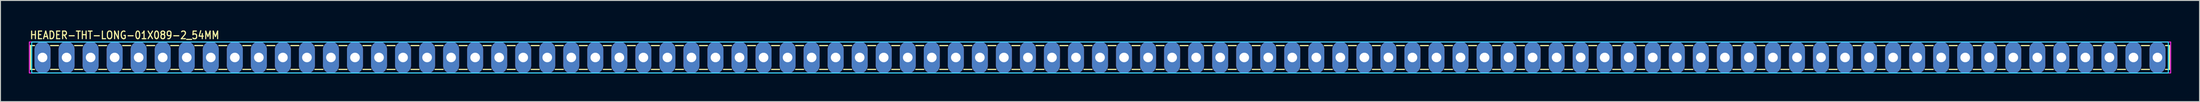
<source format=kicad_pcb>
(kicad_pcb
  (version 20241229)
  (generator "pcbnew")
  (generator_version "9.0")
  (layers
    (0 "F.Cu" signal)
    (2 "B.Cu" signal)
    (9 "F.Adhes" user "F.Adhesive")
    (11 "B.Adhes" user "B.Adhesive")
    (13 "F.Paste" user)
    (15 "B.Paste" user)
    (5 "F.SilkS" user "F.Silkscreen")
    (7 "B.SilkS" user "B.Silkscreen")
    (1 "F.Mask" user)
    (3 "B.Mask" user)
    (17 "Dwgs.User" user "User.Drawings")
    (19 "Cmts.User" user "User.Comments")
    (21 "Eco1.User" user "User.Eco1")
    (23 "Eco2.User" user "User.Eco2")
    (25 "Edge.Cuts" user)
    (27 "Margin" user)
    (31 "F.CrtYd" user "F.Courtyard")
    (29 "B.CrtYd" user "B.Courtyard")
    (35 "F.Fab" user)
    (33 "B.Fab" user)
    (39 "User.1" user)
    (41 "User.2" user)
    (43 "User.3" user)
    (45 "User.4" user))
  (footprint "HEADER-THT-LONG-01X089-2_54MM"
    (layer "F.Cu")
    (at 1.447 3.079)
    (property "Reference" "HEADER-THT-LONG-01X089-2_54MM" (at -1.4 -1.9 0) (unlocked yes) (layer "F.SilkS") (effects (font (size 0.813 0.695) (thickness 0.122)) (justify left bottom)))
    (fp_line (start -1.27 -1.27) (end -1.27 1.27) (stroke (width 0.127) (type solid)) (layer "F.SilkS"))
    (fp_line (start -1.27 1.27) (end -0.85 1.27) (stroke (width 0.127) (type solid)) (layer "F.SilkS"))
    (fp_line (start -0.85 -1.27) (end -1.27 -1.27) (stroke (width 0.127) (type solid)) (layer "F.SilkS"))
    (fp_line (start 0.85 -1.27) (end 1.69 -1.27) (stroke (width 0.127) (type solid)) (layer "F.SilkS"))
    (fp_line (start 0.85 1.27) (end 1.69 1.27) (stroke (width 0.127) (type solid)) (layer "F.SilkS"))
    (fp_line (start 3.39 -1.27) (end 4.23 -1.27) (stroke (width 0.127) (type solid)) (layer "F.SilkS"))
    (fp_line (start 3.39 1.27) (end 4.23 1.27) (stroke (width 0.127) (type solid)) (layer "F.SilkS"))
    (fp_line (start 5.93 -1.27) (end 6.77 -1.27) (stroke (width 0.127) (type solid)) (layer "F.SilkS"))
    (fp_line (start 5.93 1.27) (end 6.77 1.27) (stroke (width 0.127) (type solid)) (layer "F.SilkS"))
    (fp_line (start 8.47 -1.27) (end 9.31 -1.27) (stroke (width 0.127) (type solid)) (layer "F.SilkS"))
    (fp_line (start 8.47 1.27) (end 9.31 1.27) (stroke (width 0.127) (type solid)) (layer "F.SilkS"))
    (fp_line (start 11.01 -1.27) (end 11.85 -1.27) (stroke (width 0.127) (type solid)) (layer "F.SilkS"))
    (fp_line (start 11.01 1.27) (end 11.85 1.27) (stroke (width 0.127) (type solid)) (layer "F.SilkS"))
    (fp_line (start 13.55 -1.27) (end 14.39 -1.27) (stroke (width 0.127) (type solid)) (layer "F.SilkS"))
    (fp_line (start 13.55 1.27) (end 14.39 1.27) (stroke (width 0.127) (type solid)) (layer "F.SilkS"))
    (fp_line (start 16.09 -1.27) (end 16.93 -1.27) (stroke (width 0.127) (type solid)) (layer "F.SilkS"))
    (fp_line (start 16.09 1.27) (end 16.93 1.27) (stroke (width 0.127) (type solid)) (layer "F.SilkS"))
    (fp_line (start 18.63 -1.27) (end 19.47 -1.27) (stroke (width 0.127) (type solid)) (layer "F.SilkS"))
    (fp_line (start 18.63 1.27) (end 19.47 1.27) (stroke (width 0.127) (type solid)) (layer "F.SilkS"))
    (fp_line (start 21.17 -1.27) (end 22.01 -1.27) (stroke (width 0.127) (type solid)) (layer "F.SilkS"))
    (fp_line (start 21.17 1.27) (end 22.01 1.27) (stroke (width 0.127) (type solid)) (layer "F.SilkS"))
    (fp_line (start 23.71 -1.27) (end 24.55 -1.27) (stroke (width 0.127) (type solid)) (layer "F.SilkS"))
    (fp_line (start 23.71 1.27) (end 24.55 1.27) (stroke (width 0.127) (type solid)) (layer "F.SilkS"))
    (fp_line (start 26.25 -1.27) (end 27.09 -1.27) (stroke (width 0.127) (type solid)) (layer "F.SilkS"))
    (fp_line (start 26.25 1.27) (end 27.09 1.27) (stroke (width 0.127) (type solid)) (layer "F.SilkS"))
    (fp_line (start 28.79 -1.27) (end 29.63 -1.27) (stroke (width 0.127) (type solid)) (layer "F.SilkS"))
    (fp_line (start 28.79 1.27) (end 29.63 1.27) (stroke (width 0.127) (type solid)) (layer "F.SilkS"))
    (fp_line (start 31.33 -1.27) (end 32.17 -1.27) (stroke (width 0.127) (type solid)) (layer "F.SilkS"))
    (fp_line (start 31.33 1.27) (end 32.17 1.27) (stroke (width 0.127) (type solid)) (layer "F.SilkS"))
    (fp_line (start 33.87 -1.27) (end 34.71 -1.27) (stroke (width 0.127) (type solid)) (layer "F.SilkS"))
    (fp_line (start 33.87 1.27) (end 34.71 1.27) (stroke (width 0.127) (type solid)) (layer "F.SilkS"))
    (fp_line (start 36.41 -1.27) (end 37.25 -1.27) (stroke (width 0.127) (type solid)) (layer "F.SilkS"))
    (fp_line (start 36.41 1.27) (end 37.25 1.27) (stroke (width 0.127) (type solid)) (layer "F.SilkS"))
    (fp_line (start 38.95 -1.27) (end 39.79 -1.27) (stroke (width 0.127) (type solid)) (layer "F.SilkS"))
    (fp_line (start 38.95 1.27) (end 39.79 1.27) (stroke (width 0.127) (type solid)) (layer "F.SilkS"))
    (fp_line (start 41.49 -1.27) (end 42.33 -1.27) (stroke (width 0.127) (type solid)) (layer "F.SilkS"))
    (fp_line (start 41.49 1.27) (end 42.33 1.27) (stroke (width 0.127) (type solid)) (layer "F.SilkS"))
    (fp_line (start 44.03 -1.27) (end 44.87 -1.27) (stroke (width 0.127) (type solid)) (layer "F.SilkS"))
    (fp_line (start 44.03 1.27) (end 44.87 1.27) (stroke (width 0.127) (type solid)) (layer "F.SilkS"))
    (fp_line (start 46.57 -1.27) (end 47.41 -1.27) (stroke (width 0.127) (type solid)) (layer "F.SilkS"))
    (fp_line (start 46.57 1.27) (end 47.41 1.27) (stroke (width 0.127) (type solid)) (layer "F.SilkS"))
    (fp_line (start 49.11 -1.27) (end 49.95 -1.27) (stroke (width 0.127) (type solid)) (layer "F.SilkS"))
    (fp_line (start 49.11 1.27) (end 49.95 1.27) (stroke (width 0.127) (type solid)) (layer "F.SilkS"))
    (fp_line (start 51.65 -1.27) (end 52.49 -1.27) (stroke (width 0.127) (type solid)) (layer "F.SilkS"))
    (fp_line (start 51.65 1.27) (end 52.49 1.27) (stroke (width 0.127) (type solid)) (layer "F.SilkS"))
    (fp_line (start 54.19 -1.27) (end 55.03 -1.27) (stroke (width 0.127) (type solid)) (layer "F.SilkS"))
    (fp_line (start 54.19 1.27) (end 55.03 1.27) (stroke (width 0.127) (type solid)) (layer "F.SilkS"))
    (fp_line (start 56.73 -1.27) (end 57.57 -1.27) (stroke (width 0.127) (type solid)) (layer "F.SilkS"))
    (fp_line (start 56.73 1.27) (end 57.57 1.27) (stroke (width 0.127) (type solid)) (layer "F.SilkS"))
    (fp_line (start 59.27 -1.27) (end 60.11 -1.27) (stroke (width 0.127) (type solid)) (layer "F.SilkS"))
    (fp_line (start 59.27 1.27) (end 60.11 1.27) (stroke (width 0.127) (type solid)) (layer "F.SilkS"))
    (fp_line (start 61.81 -1.27) (end 62.65 -1.27) (stroke (width 0.127) (type solid)) (layer "F.SilkS"))
    (fp_line (start 61.81 1.27) (end 62.65 1.27) (stroke (width 0.127) (type solid)) (layer "F.SilkS"))
    (fp_line (start 64.35 -1.27) (end 65.19 -1.27) (stroke (width 0.127) (type solid)) (layer "F.SilkS"))
    (fp_line (start 64.35 1.27) (end 65.19 1.27) (stroke (width 0.127) (type solid)) (layer "F.SilkS"))
    (fp_line (start 66.89 -1.27) (end 67.73 -1.27) (stroke (width 0.127) (type solid)) (layer "F.SilkS"))
    (fp_line (start 66.89 1.27) (end 67.73 1.27) (stroke (width 0.127) (type solid)) (layer "F.SilkS"))
    (fp_line (start 69.43 -1.27) (end 70.27 -1.27) (stroke (width 0.127) (type solid)) (layer "F.SilkS"))
    (fp_line (start 69.43 1.27) (end 70.27 1.27) (stroke (width 0.127) (type solid)) (layer "F.SilkS"))
    (fp_line (start 71.97 -1.27) (end 72.81 -1.27) (stroke (width 0.127) (type solid)) (layer "F.SilkS"))
    (fp_line (start 71.97 1.27) (end 72.81 1.27) (stroke (width 0.127) (type solid)) (layer "F.SilkS"))
    (fp_line (start 74.51 -1.27) (end 75.35 -1.27) (stroke (width 0.127) (type solid)) (layer "F.SilkS"))
    (fp_line (start 74.51 1.27) (end 75.35 1.27) (stroke (width 0.127) (type solid)) (layer "F.SilkS"))
    (fp_line (start 77.05 -1.27) (end 77.89 -1.27) (stroke (width 0.127) (type solid)) (layer "F.SilkS"))
    (fp_line (start 77.05 1.27) (end 77.89 1.27) (stroke (width 0.127) (type solid)) (layer "F.SilkS"))
    (fp_line (start 79.59 -1.27) (end 80.43 -1.27) (stroke (width 0.127) (type solid)) (layer "F.SilkS"))
    (fp_line (start 79.59 1.27) (end 80.43 1.27) (stroke (width 0.127) (type solid)) (layer "F.SilkS"))
    (fp_line (start 82.13 -1.27) (end 82.97 -1.27) (stroke (width 0.127) (type solid)) (layer "F.SilkS"))
    (fp_line (start 82.13 1.27) (end 82.97 1.27) (stroke (width 0.127) (type solid)) (layer "F.SilkS"))
    (fp_line (start 84.67 -1.27) (end 85.51 -1.27) (stroke (width 0.127) (type solid)) (layer "F.SilkS"))
    (fp_line (start 84.67 1.27) (end 85.51 1.27) (stroke (width 0.127) (type solid)) (layer "F.SilkS"))
    (fp_line (start 87.21 -1.27) (end 88.05 -1.27) (stroke (width 0.127) (type solid)) (layer "F.SilkS"))
    (fp_line (start 87.21 1.27) (end 88.05 1.27) (stroke (width 0.127) (type solid)) (layer "F.SilkS"))
    (fp_line (start 89.75 -1.27) (end 90.59 -1.27) (stroke (width 0.127) (type solid)) (layer "F.SilkS"))
    (fp_line (start 89.75 1.27) (end 90.59 1.27) (stroke (width 0.127) (type solid)) (layer "F.SilkS"))
    (fp_line (start 92.29 -1.27) (end 93.13 -1.27) (stroke (width 0.127) (type solid)) (layer "F.SilkS"))
    (fp_line (start 92.29 1.27) (end 93.13 1.27) (stroke (width 0.127) (type solid)) (layer "F.SilkS"))
    (fp_line (start 94.83 -1.27) (end 95.67 -1.27) (stroke (width 0.127) (type solid)) (layer "F.SilkS"))
    (fp_line (start 94.83 1.27) (end 95.67 1.27) (stroke (width 0.127) (type solid)) (layer "F.SilkS"))
    (fp_line (start 97.37 -1.27) (end 98.21 -1.27) (stroke (width 0.127) (type solid)) (layer "F.SilkS"))
    (fp_line (start 97.37 1.27) (end 98.21 1.27) (stroke (width 0.127) (type solid)) (layer "F.SilkS"))
    (fp_line (start 99.91 -1.27) (end 100.75 -1.27) (stroke (width 0.127) (type solid)) (layer "F.SilkS"))
    (fp_line (start 99.91 1.27) (end 100.75 1.27) (stroke (width 0.127) (type solid)) (layer "F.SilkS"))
    (fp_line (start 102.45 -1.27) (end 103.29 -1.27) (stroke (width 0.127) (type solid)) (layer "F.SilkS"))
    (fp_line (start 102.45 1.27) (end 103.29 1.27) (stroke (width 0.127) (type solid)) (layer "F.SilkS"))
    (fp_line (start 104.99 -1.27) (end 105.83 -1.27) (stroke (width 0.127) (type solid)) (layer "F.SilkS"))
    (fp_line (start 104.99 1.27) (end 105.83 1.27) (stroke (width 0.127) (type solid)) (layer "F.SilkS"))
    (fp_line (start 107.53 -1.27) (end 108.37 -1.27) (stroke (width 0.127) (type solid)) (layer "F.SilkS"))
    (fp_line (start 107.53 1.27) (end 108.37 1.27) (stroke (width 0.127) (type solid)) (layer "F.SilkS"))
    (fp_line (start 110.07 -1.27) (end 110.91 -1.27) (stroke (width 0.127) (type solid)) (layer "F.SilkS"))
    (fp_line (start 110.07 1.27) (end 110.91 1.27) (stroke (width 0.127) (type solid)) (layer "F.SilkS"))
    (fp_line (start 112.61 -1.27) (end 113.45 -1.27) (stroke (width 0.127) (type solid)) (layer "F.SilkS"))
    (fp_line (start 112.61 1.27) (end 113.45 1.27) (stroke (width 0.127) (type solid)) (layer "F.SilkS"))
    (fp_line (start 115.15 -1.27) (end 115.99 -1.27) (stroke (width 0.127) (type solid)) (layer "F.SilkS"))
    (fp_line (start 115.15 1.27) (end 115.99 1.27) (stroke (width 0.127) (type solid)) (layer "F.SilkS"))
    (fp_line (start 117.69 -1.27) (end 118.53 -1.27) (stroke (width 0.127) (type solid)) (layer "F.SilkS"))
    (fp_line (start 117.69 1.27) (end 118.53 1.27) (stroke (width 0.127) (type solid)) (layer "F.SilkS"))
    (fp_line (start 120.23 -1.27) (end 121.07 -1.27) (stroke (width 0.127) (type solid)) (layer "F.SilkS"))
    (fp_line (start 120.23 1.27) (end 121.07 1.27) (stroke (width 0.127) (type solid)) (layer "F.SilkS"))
    (fp_line (start 122.77 -1.27) (end 123.61 -1.27) (stroke (width 0.127) (type solid)) (layer "F.SilkS"))
    (fp_line (start 122.77 1.27) (end 123.61 1.27) (stroke (width 0.127) (type solid)) (layer "F.SilkS"))
    (fp_line (start 125.31 -1.27) (end 126.15 -1.27) (stroke (width 0.127) (type solid)) (layer "F.SilkS"))
    (fp_line (start 125.31 1.27) (end 126.15 1.27) (stroke (width 0.127) (type solid)) (layer "F.SilkS"))
    (fp_line (start 127.85 -1.27) (end 128.69 -1.27) (stroke (width 0.127) (type solid)) (layer "F.SilkS"))
    (fp_line (start 127.85 1.27) (end 128.69 1.27) (stroke (width 0.127) (type solid)) (layer "F.SilkS"))
    (fp_line (start 130.39 -1.27) (end 131.23 -1.27) (stroke (width 0.127) (type solid)) (layer "F.SilkS"))
    (fp_line (start 130.39 1.27) (end 131.23 1.27) (stroke (width 0.127) (type solid)) (layer "F.SilkS"))
    (fp_line (start 132.93 -1.27) (end 133.77 -1.27) (stroke (width 0.127) (type solid)) (layer "F.SilkS"))
    (fp_line (start 132.93 1.27) (end 133.77 1.27) (stroke (width 0.127) (type solid)) (layer "F.SilkS"))
    (fp_line (start 135.47 -1.27) (end 136.31 -1.27) (stroke (width 0.127) (type solid)) (layer "F.SilkS"))
    (fp_line (start 135.47 1.27) (end 136.31 1.27) (stroke (width 0.127) (type solid)) (layer "F.SilkS"))
    (fp_line (start 138.01 -1.27) (end 138.85 -1.27) (stroke (width 0.127) (type solid)) (layer "F.SilkS"))
    (fp_line (start 138.01 1.27) (end 138.85 1.27) (stroke (width 0.127) (type solid)) (layer "F.SilkS"))
    (fp_line (start 140.55 -1.27) (end 141.39 -1.27) (stroke (width 0.127) (type solid)) (layer "F.SilkS"))
    (fp_line (start 140.55 1.27) (end 141.39 1.27) (stroke (width 0.127) (type solid)) (layer "F.SilkS"))
    (fp_line (start 143.09 -1.27) (end 143.93 -1.27) (stroke (width 0.127) (type solid)) (layer "F.SilkS"))
    (fp_line (start 143.09 1.27) (end 143.93 1.27) (stroke (width 0.127) (type solid)) (layer "F.SilkS"))
    (fp_line (start 145.63 -1.27) (end 146.47 -1.27) (stroke (width 0.127) (type solid)) (layer "F.SilkS"))
    (fp_line (start 145.63 1.27) (end 146.47 1.27) (stroke (width 0.127) (type solid)) (layer "F.SilkS"))
    (fp_line (start 148.17 -1.27) (end 149.01 -1.27) (stroke (width 0.127) (type solid)) (layer "F.SilkS"))
    (fp_line (start 148.17 1.27) (end 149.01 1.27) (stroke (width 0.127) (type solid)) (layer "F.SilkS"))
    (fp_line (start 150.71 -1.27) (end 151.55 -1.27) (stroke (width 0.127) (type solid)) (layer "F.SilkS"))
    (fp_line (start 150.71 1.27) (end 151.55 1.27) (stroke (width 0.127) (type solid)) (layer "F.SilkS"))
    (fp_line (start 153.25 -1.27) (end 154.09 -1.27) (stroke (width 0.127) (type solid)) (layer "F.SilkS"))
    (fp_line (start 153.25 1.27) (end 154.09 1.27) (stroke (width 0.127) (type solid)) (layer "F.SilkS"))
    (fp_line (start 155.79 -1.27) (end 156.63 -1.27) (stroke (width 0.127) (type solid)) (layer "F.SilkS"))
    (fp_line (start 155.79 1.27) (end 156.63 1.27) (stroke (width 0.127) (type solid)) (layer "F.SilkS"))
    (fp_line (start 158.33 -1.27) (end 159.17 -1.27) (stroke (width 0.127) (type solid)) (layer "F.SilkS"))
    (fp_line (start 158.33 1.27) (end 159.17 1.27) (stroke (width 0.127) (type solid)) (layer "F.SilkS"))
    (fp_line (start 160.87 -1.27) (end 161.71 -1.27) (stroke (width 0.127) (type solid)) (layer "F.SilkS"))
    (fp_line (start 160.87 1.27) (end 161.71 1.27) (stroke (width 0.127) (type solid)) (layer "F.SilkS"))
    (fp_line (start 163.41 -1.27) (end 164.25 -1.27) (stroke (width 0.127) (type solid)) (layer "F.SilkS"))
    (fp_line (start 163.41 1.27) (end 164.25 1.27) (stroke (width 0.127) (type solid)) (layer "F.SilkS"))
    (fp_line (start 165.95 -1.27) (end 166.79 -1.27) (stroke (width 0.127) (type solid)) (layer "F.SilkS"))
    (fp_line (start 165.95 1.27) (end 166.79 1.27) (stroke (width 0.127) (type solid)) (layer "F.SilkS"))
    (fp_line (start 168.49 -1.27) (end 169.33 -1.27) (stroke (width 0.127) (type solid)) (layer "F.SilkS"))
    (fp_line (start 168.49 1.27) (end 169.33 1.27) (stroke (width 0.127) (type solid)) (layer "F.SilkS"))
    (fp_line (start 171.03 -1.27) (end 171.87 -1.27) (stroke (width 0.127) (type solid)) (layer "F.SilkS"))
    (fp_line (start 171.03 1.27) (end 171.87 1.27) (stroke (width 0.127) (type solid)) (layer "F.SilkS"))
    (fp_line (start 173.57 -1.27) (end 174.41 -1.27) (stroke (width 0.127) (type solid)) (layer "F.SilkS"))
    (fp_line (start 173.57 1.27) (end 174.41 1.27) (stroke (width 0.127) (type solid)) (layer "F.SilkS"))
    (fp_line (start 176.11 -1.27) (end 176.95 -1.27) (stroke (width 0.127) (type solid)) (layer "F.SilkS"))
    (fp_line (start 176.11 1.27) (end 176.95 1.27) (stroke (width 0.127) (type solid)) (layer "F.SilkS"))
    (fp_line (start 178.65 -1.27) (end 179.49 -1.27) (stroke (width 0.127) (type solid)) (layer "F.SilkS"))
    (fp_line (start 178.65 1.27) (end 179.49 1.27) (stroke (width 0.127) (type solid)) (layer "F.SilkS"))
    (fp_line (start 181.19 -1.27) (end 182.03 -1.27) (stroke (width 0.127) (type solid)) (layer "F.SilkS"))
    (fp_line (start 181.19 1.27) (end 182.03 1.27) (stroke (width 0.127) (type solid)) (layer "F.SilkS"))
    (fp_line (start 183.73 -1.27) (end 184.57 -1.27) (stroke (width 0.127) (type solid)) (layer "F.SilkS"))
    (fp_line (start 183.73 1.27) (end 184.57 1.27) (stroke (width 0.127) (type solid)) (layer "F.SilkS"))
    (fp_line (start 186.27 -1.27) (end 187.11 -1.27) (stroke (width 0.127) (type solid)) (layer "F.SilkS"))
    (fp_line (start 186.27 1.27) (end 187.11 1.27) (stroke (width 0.127) (type solid)) (layer "F.SilkS"))
    (fp_line (start 188.81 -1.27) (end 189.65 -1.27) (stroke (width 0.127) (type solid)) (layer "F.SilkS"))
    (fp_line (start 188.81 1.27) (end 189.65 1.27) (stroke (width 0.127) (type solid)) (layer "F.SilkS"))
    (fp_line (start 191.35 -1.27) (end 192.19 -1.27) (stroke (width 0.127) (type solid)) (layer "F.SilkS"))
    (fp_line (start 191.35 1.27) (end 192.19 1.27) (stroke (width 0.127) (type solid)) (layer "F.SilkS"))
    (fp_line (start 193.89 -1.27) (end 194.73 -1.27) (stroke (width 0.127) (type solid)) (layer "F.SilkS"))
    (fp_line (start 193.89 1.27) (end 194.73 1.27) (stroke (width 0.127) (type solid)) (layer "F.SilkS"))
    (fp_line (start 196.43 -1.27) (end 197.27 -1.27) (stroke (width 0.127) (type solid)) (layer "F.SilkS"))
    (fp_line (start 196.43 1.27) (end 197.27 1.27) (stroke (width 0.127) (type solid)) (layer "F.SilkS"))
    (fp_line (start 198.97 -1.27) (end 199.81 -1.27) (stroke (width 0.127) (type solid)) (layer "F.SilkS"))
    (fp_line (start 198.97 1.27) (end 199.81 1.27) (stroke (width 0.127) (type solid)) (layer "F.SilkS"))
    (fp_line (start 201.51 -1.27) (end 202.35 -1.27) (stroke (width 0.127) (type solid)) (layer "F.SilkS"))
    (fp_line (start 201.51 1.27) (end 202.35 1.27) (stroke (width 0.127) (type solid)) (layer "F.SilkS"))
    (fp_line (start 204.05 -1.27) (end 204.89 -1.27) (stroke (width 0.127) (type solid)) (layer "F.SilkS"))
    (fp_line (start 204.05 1.27) (end 204.89 1.27) (stroke (width 0.127) (type solid)) (layer "F.SilkS"))
    (fp_line (start 206.59 -1.27) (end 207.43 -1.27) (stroke (width 0.127) (type solid)) (layer "F.SilkS"))
    (fp_line (start 206.59 1.27) (end 207.43 1.27) (stroke (width 0.127) (type solid)) (layer "F.SilkS"))
    (fp_line (start 209.13 -1.27) (end 209.97 -1.27) (stroke (width 0.127) (type solid)) (layer "F.SilkS"))
    (fp_line (start 209.13 1.27) (end 209.97 1.27) (stroke (width 0.127) (type solid)) (layer "F.SilkS"))
    (fp_line (start 211.67 -1.27) (end 212.51 -1.27) (stroke (width 0.127) (type solid)) (layer "F.SilkS"))
    (fp_line (start 211.67 1.27) (end 212.51 1.27) (stroke (width 0.127) (type solid)) (layer "F.SilkS"))
    (fp_line (start 214.21 -1.27) (end 215.05 -1.27) (stroke (width 0.127) (type solid)) (layer "F.SilkS"))
    (fp_line (start 214.21 1.27) (end 215.05 1.27) (stroke (width 0.127) (type solid)) (layer "F.SilkS"))
    (fp_line (start 216.75 -1.27) (end 217.59 -1.27) (stroke (width 0.127) (type solid)) (layer "F.SilkS"))
    (fp_line (start 216.75 1.27) (end 217.59 1.27) (stroke (width 0.127) (type solid)) (layer "F.SilkS"))
    (fp_line (start 219.29 -1.27) (end 220.13 -1.27) (stroke (width 0.127) (type solid)) (layer "F.SilkS"))
    (fp_line (start 219.29 1.27) (end 220.13 1.27) (stroke (width 0.127) (type solid)) (layer "F.SilkS"))
    (fp_line (start 221.83 -1.27) (end 222.67 -1.27) (stroke (width 0.127) (type solid)) (layer "F.SilkS"))
    (fp_line (start 221.83 1.27) (end 222.67 1.27) (stroke (width 0.127) (type solid)) (layer "F.SilkS"))
    (fp_line (start 224.37 -1.27) (end 224.79 -1.27) (stroke (width 0.127) (type solid)) (layer "F.SilkS"))
    (fp_line (start 224.79 -1.27) (end 224.79 1.27) (stroke (width 0.127) (type solid)) (layer "F.SilkS"))
    (fp_line (start 224.79 1.27) (end 224.37 1.27) (stroke (width 0.127) (type solid)) (layer "F.SilkS"))
    (fp_poly (pts (xy -1.143 -1.651) (xy 224.663 -1.651) (xy 224.663 1.651) (xy -1.143 1.651)) (stroke (width 0.1) (type solid)) (fill no) (layer "B.CrtYd"))
    (fp_poly (pts (xy -1.397 -1.651) (xy 224.917 -1.651) (xy 224.917 1.651) (xy -1.397 1.651)) (stroke (width 0.1) (type solid)) (fill no) (layer "F.CrtYd"))
    (pad "P$1" thru_hole oval (at 0 0 90) (size 3.387 1.693) (drill 1.016) (layers "*.Cu" "*.Mask"))
    (pad "P$2" thru_hole oval (at 2.54 0 90) (size 3.387 1.693) (drill 1.016) (layers "*.Cu" "*.Mask"))
    (pad "P$3" thru_hole oval (at 5.08 0 90) (size 3.387 1.693) (drill 1.016) (layers "*.Cu" "*.Mask"))
    (pad "P$4" thru_hole oval (at 7.62 0 90) (size 3.387 1.693) (drill 1.016) (layers "*.Cu" "*.Mask"))
    (pad "P$5" thru_hole oval (at 10.16 0 90) (size 3.387 1.693) (drill 1.016) (layers "*.Cu" "*.Mask"))
    (pad "P$6" thru_hole oval (at 12.7 0 90) (size 3.387 1.693) (drill 1.016) (layers "*.Cu" "*.Mask"))
    (pad "P$7" thru_hole oval (at 15.24 0 90) (size 3.387 1.693) (drill 1.016) (layers "*.Cu" "*.Mask"))
    (pad "P$8" thru_hole oval (at 17.78 0 90) (size 3.387 1.693) (drill 1.016) (layers "*.Cu" "*.Mask"))
    (pad "P$9" thru_hole oval (at 20.32 0 90) (size 3.387 1.693) (drill 1.016) (layers "*.Cu" "*.Mask"))
    (pad "P$10" thru_hole oval (at 22.86 0 90) (size 3.387 1.693) (drill 1.016) (layers "*.Cu" "*.Mask"))
    (pad "P$11" thru_hole oval (at 25.4 0 90) (size 3.387 1.693) (drill 1.016) (layers "*.Cu" "*.Mask"))
    (pad "P$12" thru_hole oval (at 27.94 0 90) (size 3.387 1.693) (drill 1.016) (layers "*.Cu" "*.Mask"))
    (pad "P$13" thru_hole oval (at 30.48 0 90) (size 3.387 1.693) (drill 1.016) (layers "*.Cu" "*.Mask"))
    (pad "P$14" thru_hole oval (at 33.02 0 90) (size 3.387 1.693) (drill 1.016) (layers "*.Cu" "*.Mask"))
    (pad "P$15" thru_hole oval (at 35.56 0 90) (size 3.387 1.693) (drill 1.016) (layers "*.Cu" "*.Mask"))
    (pad "P$16" thru_hole oval (at 38.1 0 90) (size 3.387 1.693) (drill 1.016) (layers "*.Cu" "*.Mask"))
    (pad "P$17" thru_hole oval (at 40.64 0 90) (size 3.387 1.693) (drill 1.016) (layers "*.Cu" "*.Mask"))
    (pad "P$18" thru_hole oval (at 43.18 0 90) (size 3.387 1.693) (drill 1.016) (layers "*.Cu" "*.Mask"))
    (pad "P$19" thru_hole oval (at 45.72 0 90) (size 3.387 1.693) (drill 1.016) (layers "*.Cu" "*.Mask"))
    (pad "P$20" thru_hole oval (at 48.26 0 90) (size 3.387 1.693) (drill 1.016) (layers "*.Cu" "*.Mask"))
    (pad "P$21" thru_hole oval (at 50.8 0 90) (size 3.387 1.693) (drill 1.016) (layers "*.Cu" "*.Mask"))
    (pad "P$22" thru_hole oval (at 53.34 0 90) (size 3.387 1.693) (drill 1.016) (layers "*.Cu" "*.Mask"))
    (pad "P$23" thru_hole oval (at 55.88 0 90) (size 3.387 1.693) (drill 1.016) (layers "*.Cu" "*.Mask"))
    (pad "P$24" thru_hole oval (at 58.42 0 90) (size 3.387 1.693) (drill 1.016) (layers "*.Cu" "*.Mask"))
    (pad "P$25" thru_hole oval (at 60.96 0 90) (size 3.387 1.693) (drill 1.016) (layers "*.Cu" "*.Mask"))
    (pad "P$26" thru_hole oval (at 63.5 0 90) (size 3.387 1.693) (drill 1.016) (layers "*.Cu" "*.Mask"))
    (pad "P$27" thru_hole oval (at 66.04 0 90) (size 3.387 1.693) (drill 1.016) (layers "*.Cu" "*.Mask"))
    (pad "P$28" thru_hole oval (at 68.58 0 90) (size 3.387 1.693) (drill 1.016) (layers "*.Cu" "*.Mask"))
    (pad "P$29" thru_hole oval (at 71.12 0 90) (size 3.387 1.693) (drill 1.016) (layers "*.Cu" "*.Mask"))
    (pad "P$30" thru_hole oval (at 73.66 0 90) (size 3.387 1.693) (drill 1.016) (layers "*.Cu" "*.Mask"))
    (pad "P$31" thru_hole oval (at 76.2 0 90) (size 3.387 1.693) (drill 1.016) (layers "*.Cu" "*.Mask"))
    (pad "P$32" thru_hole oval (at 78.74 0 90) (size 3.387 1.693) (drill 1.016) (layers "*.Cu" "*.Mask"))
    (pad "P$33" thru_hole oval (at 81.28 0 90) (size 3.387 1.693) (drill 1.016) (layers "*.Cu" "*.Mask"))
    (pad "P$34" thru_hole oval (at 83.82 0 90) (size 3.387 1.693) (drill 1.016) (layers "*.Cu" "*.Mask"))
    (pad "P$35" thru_hole oval (at 86.36 0 90) (size 3.387 1.693) (drill 1.016) (layers "*.Cu" "*.Mask"))
    (pad "P$36" thru_hole oval (at 88.9 0 90) (size 3.387 1.693) (drill 1.016) (layers "*.Cu" "*.Mask"))
    (pad "P$37" thru_hole oval (at 91.44 0 90) (size 3.387 1.693) (drill 1.016) (layers "*.Cu" "*.Mask"))
    (pad "P$38" thru_hole oval (at 93.98 0 90) (size 3.387 1.693) (drill 1.016) (layers "*.Cu" "*.Mask"))
    (pad "P$39" thru_hole oval (at 96.52 0 90) (size 3.387 1.693) (drill 1.016) (layers "*.Cu" "*.Mask"))
    (pad "P$40" thru_hole oval (at 99.06 0 90) (size 3.387 1.693) (drill 1.016) (layers "*.Cu" "*.Mask"))
    (pad "P$41" thru_hole oval (at 101.6 0 90) (size 3.387 1.693) (drill 1.016) (layers "*.Cu" "*.Mask"))
    (pad "P$42" thru_hole oval (at 104.14 0 90) (size 3.387 1.693) (drill 1.016) (layers "*.Cu" "*.Mask"))
    (pad "P$43" thru_hole oval (at 106.68 0 90) (size 3.387 1.693) (drill 1.016) (layers "*.Cu" "*.Mask"))
    (pad "P$44" thru_hole oval (at 109.22 0 90) (size 3.387 1.693) (drill 1.016) (layers "*.Cu" "*.Mask"))
    (pad "P$45" thru_hole oval (at 111.76 0 90) (size 3.387 1.693) (drill 1.016) (layers "*.Cu" "*.Mask"))
    (pad "P$46" thru_hole oval (at 114.3 0 90) (size 3.387 1.693) (drill 1.016) (layers "*.Cu" "*.Mask"))
    (pad "P$47" thru_hole oval (at 116.84 0 90) (size 3.387 1.693) (drill 1.016) (layers "*.Cu" "*.Mask"))
    (pad "P$48" thru_hole oval (at 119.38 0 90) (size 3.387 1.693) (drill 1.016) (layers "*.Cu" "*.Mask"))
    (pad "P$49" thru_hole oval (at 121.92 0 90) (size 3.387 1.693) (drill 1.016) (layers "*.Cu" "*.Mask"))
    (pad "P$50" thru_hole oval (at 124.46 0 90) (size 3.387 1.693) (drill 1.016) (layers "*.Cu" "*.Mask"))
    (pad "P$51" thru_hole oval (at 127 0 90) (size 3.387 1.693) (drill 1.016) (layers "*.Cu" "*.Mask"))
    (pad "P$52" thru_hole oval (at 129.54 0 90) (size 3.387 1.693) (drill 1.016) (layers "*.Cu" "*.Mask"))
    (pad "P$53" thru_hole oval (at 132.08 0 90) (size 3.387 1.693) (drill 1.016) (layers "*.Cu" "*.Mask"))
    (pad "P$54" thru_hole oval (at 134.62 0 90) (size 3.387 1.693) (drill 1.016) (layers "*.Cu" "*.Mask"))
    (pad "P$55" thru_hole oval (at 137.16 0 90) (size 3.387 1.693) (drill 1.016) (layers "*.Cu" "*.Mask"))
    (pad "P$56" thru_hole oval (at 139.7 0 90) (size 3.387 1.693) (drill 1.016) (layers "*.Cu" "*.Mask"))
    (pad "P$57" thru_hole oval (at 142.24 0 90) (size 3.387 1.693) (drill 1.016) (layers "*.Cu" "*.Mask"))
    (pad "P$58" thru_hole oval (at 144.78 0 90) (size 3.387 1.693) (drill 1.016) (layers "*.Cu" "*.Mask"))
    (pad "P$59" thru_hole oval (at 147.32 0 90) (size 3.387 1.693) (drill 1.016) (layers "*.Cu" "*.Mask"))
    (pad "P$60" thru_hole oval (at 149.86 0 90) (size 3.387 1.693) (drill 1.016) (layers "*.Cu" "*.Mask"))
    (pad "P$61" thru_hole oval (at 152.4 0 90) (size 3.387 1.693) (drill 1.016) (layers "*.Cu" "*.Mask"))
    (pad "P$62" thru_hole oval (at 154.94 0 90) (size 3.387 1.693) (drill 1.016) (layers "*.Cu" "*.Mask"))
    (pad "P$63" thru_hole oval (at 157.48 0 90) (size 3.387 1.693) (drill 1.016) (layers "*.Cu" "*.Mask"))
    (pad "P$64" thru_hole oval (at 160.02 0 90) (size 3.387 1.693) (drill 1.016) (layers "*.Cu" "*.Mask"))
    (pad "P$65" thru_hole oval (at 162.56 0 90) (size 3.387 1.693) (drill 1.016) (layers "*.Cu" "*.Mask"))
    (pad "P$66" thru_hole oval (at 165.1 0 90) (size 3.387 1.693) (drill 1.016) (layers "*.Cu" "*.Mask"))
    (pad "P$67" thru_hole oval (at 167.64 0 90) (size 3.387 1.693) (drill 1.016) (layers "*.Cu" "*.Mask"))
    (pad "P$68" thru_hole oval (at 170.18 0 90) (size 3.387 1.693) (drill 1.016) (layers "*.Cu" "*.Mask"))
    (pad "P$69" thru_hole oval (at 172.72 0 90) (size 3.387 1.693) (drill 1.016) (layers "*.Cu" "*.Mask"))
    (pad "P$70" thru_hole oval (at 175.26 0 90) (size 3.387 1.693) (drill 1.016) (layers "*.Cu" "*.Mask"))
    (pad "P$71" thru_hole oval (at 177.8 0 90) (size 3.387 1.693) (drill 1.016) (layers "*.Cu" "*.Mask"))
    (pad "P$72" thru_hole oval (at 180.34 0 90) (size 3.387 1.693) (drill 1.016) (layers "*.Cu" "*.Mask"))
    (pad "P$73" thru_hole oval (at 182.88 0 90) (size 3.387 1.693) (drill 1.016) (layers "*.Cu" "*.Mask"))
    (pad "P$74" thru_hole oval (at 185.42 0 90) (size 3.387 1.693) (drill 1.016) (layers "*.Cu" "*.Mask"))
    (pad "P$75" thru_hole oval (at 187.96 0 90) (size 3.387 1.693) (drill 1.016) (layers "*.Cu" "*.Mask"))
    (pad "P$76" thru_hole oval (at 190.5 0 90) (size 3.387 1.693) (drill 1.016) (layers "*.Cu" "*.Mask"))
    (pad "P$77" thru_hole oval (at 193.04 0 90) (size 3.387 1.693) (drill 1.016) (layers "*.Cu" "*.Mask"))
    (pad "P$78" thru_hole oval (at 195.58 0 90) (size 3.387 1.693) (drill 1.016) (layers "*.Cu" "*.Mask"))
    (pad "P$79" thru_hole oval (at 198.12 0 90) (size 3.387 1.693) (drill 1.016) (layers "*.Cu" "*.Mask"))
    (pad "P$80" thru_hole oval (at 200.66 0 90) (size 3.387 1.693) (drill 1.016) (layers "*.Cu" "*.Mask"))
    (pad "P$81" thru_hole oval (at 203.2 0 90) (size 3.387 1.693) (drill 1.016) (layers "*.Cu" "*.Mask"))
    (pad "P$82" thru_hole oval (at 205.74 0 90) (size 3.387 1.693) (drill 1.016) (layers "*.Cu" "*.Mask"))
    (pad "P$83" thru_hole oval (at 208.28 0 90) (size 3.387 1.693) (drill 1.016) (layers "*.Cu" "*.Mask"))
    (pad "P$84" thru_hole oval (at 210.82 0 90) (size 3.387 1.693) (drill 1.016) (layers "*.Cu" "*.Mask"))
    (pad "P$85" thru_hole oval (at 213.36 0 90) (size 3.387 1.693) (drill 1.016) (layers "*.Cu" "*.Mask"))
    (pad "P$86" thru_hole oval (at 215.9 0 90) (size 3.387 1.693) (drill 1.016) (layers "*.Cu" "*.Mask"))
    (pad "P$87" thru_hole oval (at 218.44 0 90) (size 3.387 1.693) (drill 1.016) (layers "*.Cu" "*.Mask"))
    (pad "P$88" thru_hole oval (at 220.98 0 90) (size 3.387 1.693) (drill 1.016) (layers "*.Cu" "*.Mask"))
    (pad "P$89" thru_hole oval (at 223.52 0 90) (size 3.387 1.693) (drill 1.016) (layers "*.Cu" "*.Mask")))
  (gr_rect
    (start -3 -3)
    (end 229.414 7.78)
    (stroke (width 0.1) (type default))
    (fill no)
    (layer "Edge.Cuts")))
</source>
